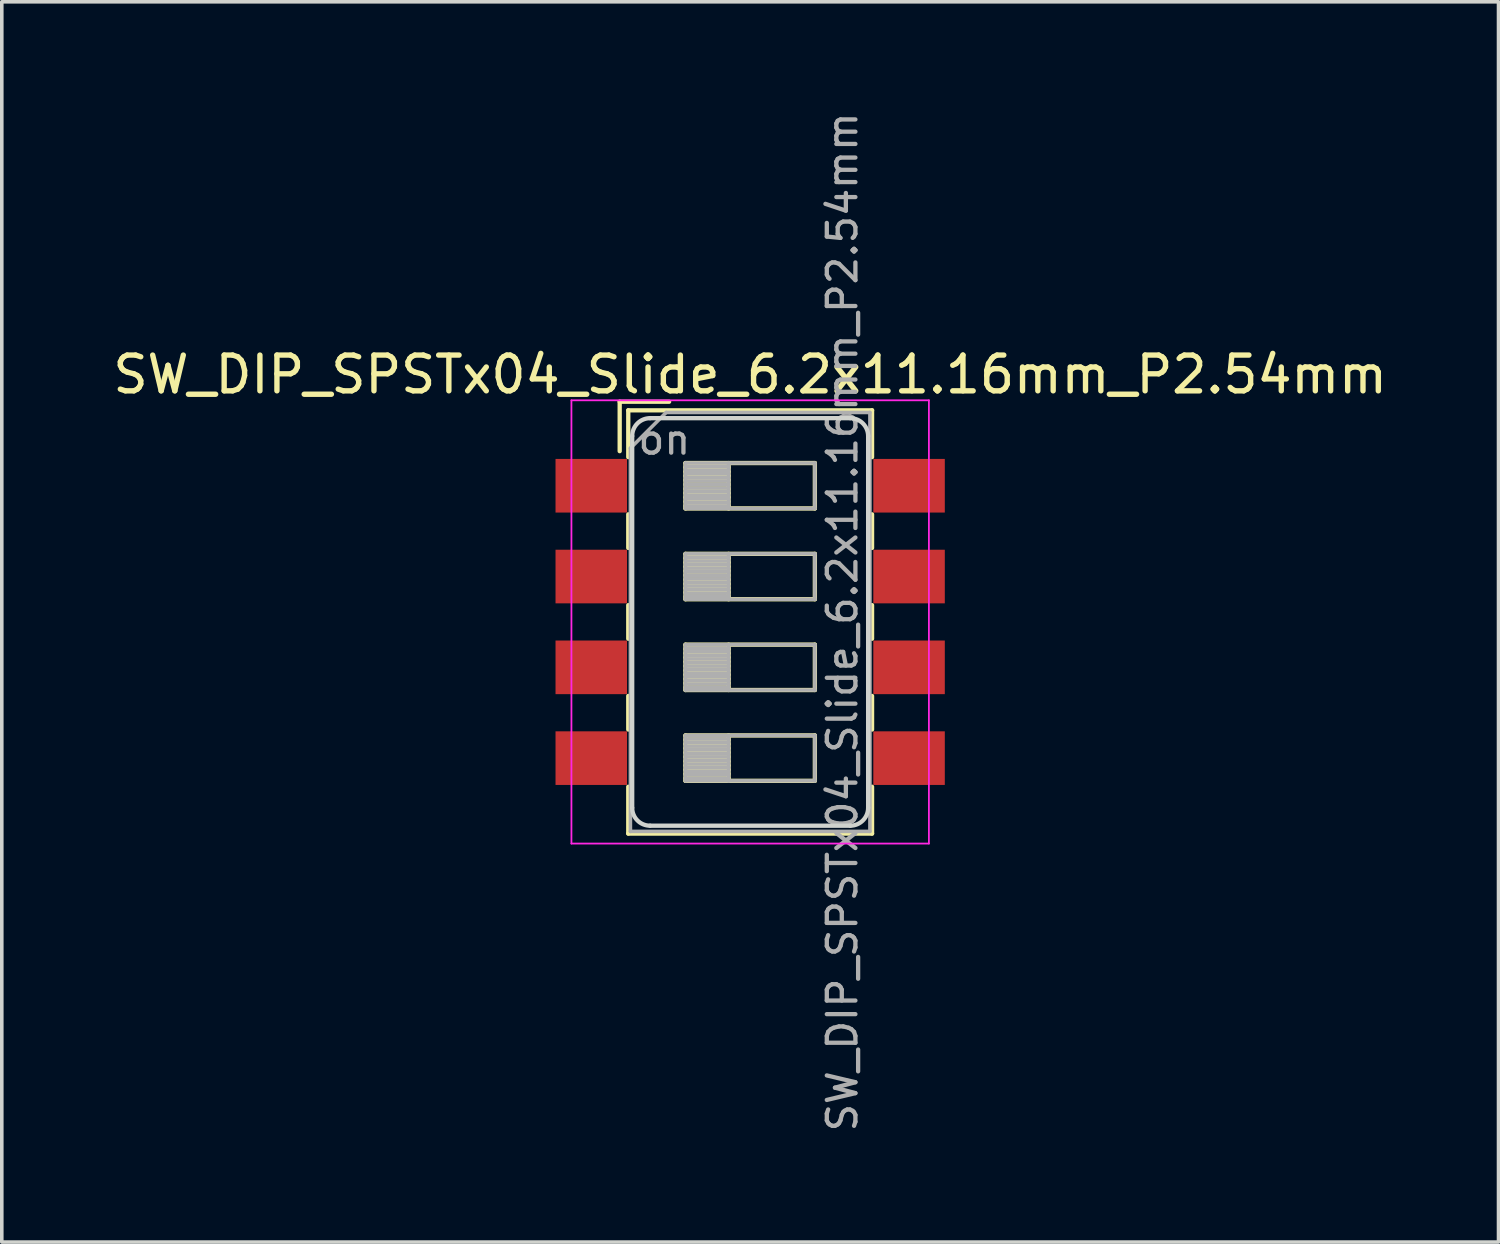
<source format=kicad_pcb>
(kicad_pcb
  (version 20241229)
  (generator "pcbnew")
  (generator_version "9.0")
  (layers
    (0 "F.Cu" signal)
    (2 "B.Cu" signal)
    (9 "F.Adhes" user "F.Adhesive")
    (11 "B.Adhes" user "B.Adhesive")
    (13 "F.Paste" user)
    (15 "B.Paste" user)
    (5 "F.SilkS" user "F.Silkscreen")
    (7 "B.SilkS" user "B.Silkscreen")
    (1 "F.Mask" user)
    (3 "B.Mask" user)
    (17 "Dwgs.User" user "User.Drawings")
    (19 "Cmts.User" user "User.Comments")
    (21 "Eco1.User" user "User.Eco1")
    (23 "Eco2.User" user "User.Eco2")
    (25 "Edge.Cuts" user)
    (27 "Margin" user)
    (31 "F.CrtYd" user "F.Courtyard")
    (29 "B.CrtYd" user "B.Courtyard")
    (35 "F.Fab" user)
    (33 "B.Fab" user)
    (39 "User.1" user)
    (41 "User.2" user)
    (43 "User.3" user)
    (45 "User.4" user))
  (footprint "SW_DIP_SPSTx04_Slide_6.2x11.16mm_P2.54mm"
    (layer "F.Cu")
    (at 17.935 14.348)
    (property "Reference" "SW_DIP_SPSTx04_Slide_6.2x11.16mm_P2.54mm" (at 0 -6.92 0) (layer "F.SilkS") (effects (font (size 1 1) (thickness 0.15))))
    (attr smd exclude_from_pos_files)
    (fp_line (start -3.65 -6.16) (end -3.65 -4.777) (stroke (width 0.12) (type solid)) (layer "F.SilkS"))
    (fp_line (start -3.65 -6.16) (end -2.267 -6.16) (stroke (width 0.12) (type solid)) (layer "F.SilkS"))
    (fp_line (start -3.41 -5.92) (end -3.41 -4.61) (stroke (width 0.12) (type solid)) (layer "F.SilkS"))
    (fp_line (start -3.41 -5.92) (end 3.41 -5.92) (stroke (width 0.12) (type solid)) (layer "F.SilkS"))
    (fp_line (start -3.41 -3.01) (end -3.41 -2.07) (stroke (width 0.12) (type solid)) (layer "F.SilkS"))
    (fp_line (start -3.41 -0.47) (end -3.41 0.47) (stroke (width 0.12) (type solid)) (layer "F.SilkS"))
    (fp_line (start -3.41 2.07) (end -3.41 3.01) (stroke (width 0.12) (type solid)) (layer "F.SilkS"))
    (fp_line (start -3.41 4.61) (end -3.41 5.92) (stroke (width 0.12) (type solid)) (layer "F.SilkS"))
    (fp_line (start -3.41 5.92) (end 3.41 5.92) (stroke (width 0.12) (type solid)) (layer "F.SilkS"))
    (fp_line (start -1.81 -4.445) (end -1.81 -3.175) (stroke (width 0.12) (type solid)) (layer "F.SilkS"))
    (fp_line (start -1.81 -4.325) (end -0.603 -4.325) (stroke (width 0.12) (type solid)) (layer "F.SilkS"))
    (fp_line (start -1.81 -4.205) (end -0.603 -4.205) (stroke (width 0.12) (type solid)) (layer "F.SilkS"))
    (fp_line (start -1.81 -4.085) (end -0.603 -4.085) (stroke (width 0.12) (type solid)) (layer "F.SilkS"))
    (fp_line (start -1.81 -3.965) (end -0.603 -3.965) (stroke (width 0.12) (type solid)) (layer "F.SilkS"))
    (fp_line (start -1.81 -3.845) (end -0.603 -3.845) (stroke (width 0.12) (type solid)) (layer "F.SilkS"))
    (fp_line (start -1.81 -3.725) (end -0.603 -3.725) (stroke (width 0.12) (type solid)) (layer "F.SilkS"))
    (fp_line (start -1.81 -3.605) (end -0.603 -3.605) (stroke (width 0.12) (type solid)) (layer "F.SilkS"))
    (fp_line (start -1.81 -3.485) (end -0.603 -3.485) (stroke (width 0.12) (type solid)) (layer "F.SilkS"))
    (fp_line (start -1.81 -3.365) (end -0.603 -3.365) (stroke (width 0.12) (type solid)) (layer "F.SilkS"))
    (fp_line (start -1.81 -3.245) (end -0.603 -3.245) (stroke (width 0.12) (type solid)) (layer "F.SilkS"))
    (fp_line (start -1.81 -3.175) (end 1.81 -3.175) (stroke (width 0.12) (type solid)) (layer "F.SilkS"))
    (fp_line (start -1.81 -1.905) (end -1.81 -0.635) (stroke (width 0.12) (type solid)) (layer "F.SilkS"))
    (fp_line (start -1.81 -1.785) (end -0.603 -1.785) (stroke (width 0.12) (type solid)) (layer "F.SilkS"))
    (fp_line (start -1.81 -1.665) (end -0.603 -1.665) (stroke (width 0.12) (type solid)) (layer "F.SilkS"))
    (fp_line (start -1.81 -1.545) (end -0.603 -1.545) (stroke (width 0.12) (type solid)) (layer "F.SilkS"))
    (fp_line (start -1.81 -1.425) (end -0.603 -1.425) (stroke (width 0.12) (type solid)) (layer "F.SilkS"))
    (fp_line (start -1.81 -1.305) (end -0.603 -1.305) (stroke (width 0.12) (type solid)) (layer "F.SilkS"))
    (fp_line (start -1.81 -1.185) (end -0.603 -1.185) (stroke (width 0.12) (type solid)) (layer "F.SilkS"))
    (fp_line (start -1.81 -1.065) (end -0.603 -1.065) (stroke (width 0.12) (type solid)) (layer "F.SilkS"))
    (fp_line (start -1.81 -0.945) (end -0.603 -0.945) (stroke (width 0.12) (type solid)) (layer "F.SilkS"))
    (fp_line (start -1.81 -0.825) (end -0.603 -0.825) (stroke (width 0.12) (type solid)) (layer "F.SilkS"))
    (fp_line (start -1.81 -0.705) (end -0.603 -0.705) (stroke (width 0.12) (type solid)) (layer "F.SilkS"))
    (fp_line (start -1.81 -0.635) (end 1.81 -0.635) (stroke (width 0.12) (type solid)) (layer "F.SilkS"))
    (fp_line (start -1.81 0.635) (end -1.81 1.905) (stroke (width 0.12) (type solid)) (layer "F.SilkS"))
    (fp_line (start -1.81 0.755) (end -0.603 0.755) (stroke (width 0.12) (type solid)) (layer "F.SilkS"))
    (fp_line (start -1.81 0.875) (end -0.603 0.875) (stroke (width 0.12) (type solid)) (layer "F.SilkS"))
    (fp_line (start -1.81 0.995) (end -0.603 0.995) (stroke (width 0.12) (type solid)) (layer "F.SilkS"))
    (fp_line (start -1.81 1.115) (end -0.603 1.115) (stroke (width 0.12) (type solid)) (layer "F.SilkS"))
    (fp_line (start -1.81 1.235) (end -0.603 1.235) (stroke (width 0.12) (type solid)) (layer "F.SilkS"))
    (fp_line (start -1.81 1.355) (end -0.603 1.355) (stroke (width 0.12) (type solid)) (layer "F.SilkS"))
    (fp_line (start -1.81 1.475) (end -0.603 1.475) (stroke (width 0.12) (type solid)) (layer "F.SilkS"))
    (fp_line (start -1.81 1.595) (end -0.603 1.595) (stroke (width 0.12) (type solid)) (layer "F.SilkS"))
    (fp_line (start -1.81 1.715) (end -0.603 1.715) (stroke (width 0.12) (type solid)) (layer "F.SilkS"))
    (fp_line (start -1.81 1.835) (end -0.603 1.835) (stroke (width 0.12) (type solid)) (layer "F.SilkS"))
    (fp_line (start -1.81 1.905) (end 1.81 1.905) (stroke (width 0.12) (type solid)) (layer "F.SilkS"))
    (fp_line (start -1.81 3.175) (end -1.81 4.445) (stroke (width 0.12) (type solid)) (layer "F.SilkS"))
    (fp_line (start -1.81 3.295) (end -0.603 3.295) (stroke (width 0.12) (type solid)) (layer "F.SilkS"))
    (fp_line (start -1.81 3.415) (end -0.603 3.415) (stroke (width 0.12) (type solid)) (layer "F.SilkS"))
    (fp_line (start -1.81 3.535) (end -0.603 3.535) (stroke (width 0.12) (type solid)) (layer "F.SilkS"))
    (fp_line (start -1.81 3.655) (end -0.603 3.655) (stroke (width 0.12) (type solid)) (layer "F.SilkS"))
    (fp_line (start -1.81 3.775) (end -0.603 3.775) (stroke (width 0.12) (type solid)) (layer "F.SilkS"))
    (fp_line (start -1.81 3.895) (end -0.603 3.895) (stroke (width 0.12) (type solid)) (layer "F.SilkS"))
    (fp_line (start -1.81 4.015) (end -0.603 4.015) (stroke (width 0.12) (type solid)) (layer "F.SilkS"))
    (fp_line (start -1.81 4.135) (end -0.603 4.135) (stroke (width 0.12) (type solid)) (layer "F.SilkS"))
    (fp_line (start -1.81 4.255) (end -0.603 4.255) (stroke (width 0.12) (type solid)) (layer "F.SilkS"))
    (fp_line (start -1.81 4.375) (end -0.603 4.375) (stroke (width 0.12) (type solid)) (layer "F.SilkS"))
    (fp_line (start -1.81 4.445) (end 1.81 4.445) (stroke (width 0.12) (type solid)) (layer "F.SilkS"))
    (fp_line (start -0.603 -4.445) (end -0.603 -3.175) (stroke (width 0.12) (type solid)) (layer "F.SilkS"))
    (fp_line (start -0.603 -1.905) (end -0.603 -0.635) (stroke (width 0.12) (type solid)) (layer "F.SilkS"))
    (fp_line (start -0.603 0.635) (end -0.603 1.905) (stroke (width 0.12) (type solid)) (layer "F.SilkS"))
    (fp_line (start -0.603 3.175) (end -0.603 4.445) (stroke (width 0.12) (type solid)) (layer "F.SilkS"))
    (fp_line (start 1.81 -4.445) (end -1.81 -4.445) (stroke (width 0.12) (type solid)) (layer "F.SilkS"))
    (fp_line (start 1.81 -3.175) (end 1.81 -4.445) (stroke (width 0.12) (type solid)) (layer "F.SilkS"))
    (fp_line (start 1.81 -1.905) (end -1.81 -1.905) (stroke (width 0.12) (type solid)) (layer "F.SilkS"))
    (fp_line (start 1.81 -0.635) (end 1.81 -1.905) (stroke (width 0.12) (type solid)) (layer "F.SilkS"))
    (fp_line (start 1.81 0.635) (end -1.81 0.635) (stroke (width 0.12) (type solid)) (layer "F.SilkS"))
    (fp_line (start 1.81 1.905) (end 1.81 0.635) (stroke (width 0.12) (type solid)) (layer "F.SilkS"))
    (fp_line (start 1.81 3.175) (end -1.81 3.175) (stroke (width 0.12) (type solid)) (layer "F.SilkS"))
    (fp_line (start 1.81 4.445) (end 1.81 3.175) (stroke (width 0.12) (type solid)) (layer "F.SilkS"))
    (fp_line (start 3.41 -5.92) (end 3.41 -4.61) (stroke (width 0.12) (type solid)) (layer "F.SilkS"))
    (fp_line (start 3.41 -3.01) (end 3.41 -2.07) (stroke (width 0.12) (type solid)) (layer "F.SilkS"))
    (fp_line (start 3.41 -0.47) (end 3.41 0.47) (stroke (width 0.12) (type solid)) (layer "F.SilkS"))
    (fp_line (start 3.41 2.07) (end 3.41 3.01) (stroke (width 0.12) (type solid)) (layer "F.SilkS"))
    (fp_line (start 3.41 4.61) (end 3.41 5.92) (stroke (width 0.12) (type solid)) (layer "F.SilkS"))
    (fp_line (start -3.3 5.2) (end -3.3 -5.2) (stroke (width 0.12) (type solid)) (layer "Edge.Cuts"))
    (fp_line (start -2.8 -5.7) (end 2.8 -5.7) (stroke (width 0.12) (type solid)) (layer "Edge.Cuts"))
    (fp_line (start 2.8 5.7) (end -2.8 5.7) (stroke (width 0.12) (type solid)) (layer "Edge.Cuts"))
    (fp_line (start 3.3 -5.2) (end 3.3 5.2) (stroke (width 0.12) (type solid)) (layer "Edge.Cuts"))
    (fp_arc (start -3.3 -5.2) (mid -3.153553 -5.553553) (end -2.8 -5.7) (stroke (width 0.12) (type solid)) (layer "Edge.Cuts"))
    (fp_arc (start -2.8 5.7) (mid -3.153553 5.553553) (end -3.3 5.2) (stroke (width 0.12) (type solid)) (layer "Edge.Cuts"))
    (fp_arc (start 2.8 -5.7) (mid 3.153553 -5.553553) (end 3.3 -5.2) (stroke (width 0.12) (type solid)) (layer "Edge.Cuts"))
    (fp_arc (start 3.3 5.2) (mid 3.153553 5.553553) (end 2.8 5.7) (stroke (width 0.12) (type solid)) (layer "Edge.Cuts"))
    (fp_line (start -5 -6.2) (end -5 6.2) (stroke (width 0.05) (type solid)) (layer "F.CrtYd"))
    (fp_line (start -5 6.2) (end 5 6.2) (stroke (width 0.05) (type solid)) (layer "F.CrtYd"))
    (fp_line (start 5 -6.2) (end -5 -6.2) (stroke (width 0.05) (type solid)) (layer "F.CrtYd"))
    (fp_line (start 5 6.2) (end 5 -6.2) (stroke (width 0.05) (type solid)) (layer "F.CrtYd"))
    (fp_line (start -3.35 -4.86) (end -2.35 -5.86) (stroke (width 0.1) (type solid)) (layer "F.Fab"))
    (fp_line (start -3.35 5.86) (end -3.35 -4.86) (stroke (width 0.1) (type solid)) (layer "F.Fab"))
    (fp_line (start -2.35 -5.86) (end 3.35 -5.86) (stroke (width 0.1) (type solid)) (layer "F.Fab"))
    (fp_line (start -1.81 -4.445) (end -1.81 -3.175) (stroke (width 0.1) (type solid)) (layer "F.Fab"))
    (fp_line (start -1.81 -4.345) (end -0.603 -4.345) (stroke (width 0.1) (type solid)) (layer "F.Fab"))
    (fp_line (start -1.81 -4.245) (end -0.603 -4.245) (stroke (width 0.1) (type solid)) (layer "F.Fab"))
    (fp_line (start -1.81 -4.145) (end -0.603 -4.145) (stroke (width 0.1) (type solid)) (layer "F.Fab"))
    (fp_line (start -1.81 -4.045) (end -0.603 -4.045) (stroke (width 0.1) (type solid)) (layer "F.Fab"))
    (fp_line (start -1.81 -3.945) (end -0.603 -3.945) (stroke (width 0.1) (type solid)) (layer "F.Fab"))
    (fp_line (start -1.81 -3.845) (end -0.603 -3.845) (stroke (width 0.1) (type solid)) (layer "F.Fab"))
    (fp_line (start -1.81 -3.745) (end -0.603 -3.745) (stroke (width 0.1) (type solid)) (layer "F.Fab"))
    (fp_line (start -1.81 -3.645) (end -0.603 -3.645) (stroke (width 0.1) (type solid)) (layer "F.Fab"))
    (fp_line (start -1.81 -3.545) (end -0.603 -3.545) (stroke (width 0.1) (type solid)) (layer "F.Fab"))
    (fp_line (start -1.81 -3.445) (end -0.603 -3.445) (stroke (width 0.1) (type solid)) (layer "F.Fab"))
    (fp_line (start -1.81 -3.345) (end -0.603 -3.345) (stroke (width 0.1) (type solid)) (layer "F.Fab"))
    (fp_line (start -1.81 -3.245) (end -0.603 -3.245) (stroke (width 0.1) (type solid)) (layer "F.Fab"))
    (fp_line (start -1.81 -3.175) (end 1.81 -3.175) (stroke (width 0.1) (type solid)) (layer "F.Fab"))
    (fp_line (start -1.81 -1.905) (end -1.81 -0.635) (stroke (width 0.1) (type solid)) (layer "F.Fab"))
    (fp_line (start -1.81 -1.805) (end -0.603 -1.805) (stroke (width 0.1) (type solid)) (layer "F.Fab"))
    (fp_line (start -1.81 -1.705) (end -0.603 -1.705) (stroke (width 0.1) (type solid)) (layer "F.Fab"))
    (fp_line (start -1.81 -1.605) (end -0.603 -1.605) (stroke (width 0.1) (type solid)) (layer "F.Fab"))
    (fp_line (start -1.81 -1.505) (end -0.603 -1.505) (stroke (width 0.1) (type solid)) (layer "F.Fab"))
    (fp_line (start -1.81 -1.405) (end -0.603 -1.405) (stroke (width 0.1) (type solid)) (layer "F.Fab"))
    (fp_line (start -1.81 -1.305) (end -0.603 -1.305) (stroke (width 0.1) (type solid)) (layer "F.Fab"))
    (fp_line (start -1.81 -1.205) (end -0.603 -1.205) (stroke (width 0.1) (type solid)) (layer "F.Fab"))
    (fp_line (start -1.81 -1.105) (end -0.603 -1.105) (stroke (width 0.1) (type solid)) (layer "F.Fab"))
    (fp_line (start -1.81 -1.005) (end -0.603 -1.005) (stroke (width 0.1) (type solid)) (layer "F.Fab"))
    (fp_line (start -1.81 -0.905) (end -0.603 -0.905) (stroke (width 0.1) (type solid)) (layer "F.Fab"))
    (fp_line (start -1.81 -0.805) (end -0.603 -0.805) (stroke (width 0.1) (type solid)) (layer "F.Fab"))
    (fp_line (start -1.81 -0.705) (end -0.603 -0.705) (stroke (width 0.1) (type solid)) (layer "F.Fab"))
    (fp_line (start -1.81 -0.635) (end 1.81 -0.635) (stroke (width 0.1) (type solid)) (layer "F.Fab"))
    (fp_line (start -1.81 0.635) (end -1.81 1.905) (stroke (width 0.1) (type solid)) (layer "F.Fab"))
    (fp_line (start -1.81 0.735) (end -0.603 0.735) (stroke (width 0.1) (type solid)) (layer "F.Fab"))
    (fp_line (start -1.81 0.835) (end -0.603 0.835) (stroke (width 0.1) (type solid)) (layer "F.Fab"))
    (fp_line (start -1.81 0.935) (end -0.603 0.935) (stroke (width 0.1) (type solid)) (layer "F.Fab"))
    (fp_line (start -1.81 1.035) (end -0.603 1.035) (stroke (width 0.1) (type solid)) (layer "F.Fab"))
    (fp_line (start -1.81 1.135) (end -0.603 1.135) (stroke (width 0.1) (type solid)) (layer "F.Fab"))
    (fp_line (start -1.81 1.235) (end -0.603 1.235) (stroke (width 0.1) (type solid)) (layer "F.Fab"))
    (fp_line (start -1.81 1.335) (end -0.603 1.335) (stroke (width 0.1) (type solid)) (layer "F.Fab"))
    (fp_line (start -1.81 1.435) (end -0.603 1.435) (stroke (width 0.1) (type solid)) (layer "F.Fab"))
    (fp_line (start -1.81 1.535) (end -0.603 1.535) (stroke (width 0.1) (type solid)) (layer "F.Fab"))
    (fp_line (start -1.81 1.635) (end -0.603 1.635) (stroke (width 0.1) (type solid)) (layer "F.Fab"))
    (fp_line (start -1.81 1.735) (end -0.603 1.735) (stroke (width 0.1) (type solid)) (layer "F.Fab"))
    (fp_line (start -1.81 1.835) (end -0.603 1.835) (stroke (width 0.1) (type solid)) (layer "F.Fab"))
    (fp_line (start -1.81 1.905) (end 1.81 1.905) (stroke (width 0.1) (type solid)) (layer "F.Fab"))
    (fp_line (start -1.81 3.175) (end -1.81 4.445) (stroke (width 0.1) (type solid)) (layer "F.Fab"))
    (fp_line (start -1.81 3.275) (end -0.603 3.275) (stroke (width 0.1) (type solid)) (layer "F.Fab"))
    (fp_line (start -1.81 3.375) (end -0.603 3.375) (stroke (width 0.1) (type solid)) (layer "F.Fab"))
    (fp_line (start -1.81 3.475) (end -0.603 3.475) (stroke (width 0.1) (type solid)) (layer "F.Fab"))
    (fp_line (start -1.81 3.575) (end -0.603 3.575) (stroke (width 0.1) (type solid)) (layer "F.Fab"))
    (fp_line (start -1.81 3.675) (end -0.603 3.675) (stroke (width 0.1) (type solid)) (layer "F.Fab"))
    (fp_line (start -1.81 3.775) (end -0.603 3.775) (stroke (width 0.1) (type solid)) (layer "F.Fab"))
    (fp_line (start -1.81 3.875) (end -0.603 3.875) (stroke (width 0.1) (type solid)) (layer "F.Fab"))
    (fp_line (start -1.81 3.975) (end -0.603 3.975) (stroke (width 0.1) (type solid)) (layer "F.Fab"))
    (fp_line (start -1.81 4.075) (end -0.603 4.075) (stroke (width 0.1) (type solid)) (layer "F.Fab"))
    (fp_line (start -1.81 4.175) (end -0.603 4.175) (stroke (width 0.1) (type solid)) (layer "F.Fab"))
    (fp_line (start -1.81 4.275) (end -0.603 4.275) (stroke (width 0.1) (type solid)) (layer "F.Fab"))
    (fp_line (start -1.81 4.375) (end -0.603 4.375) (stroke (width 0.1) (type solid)) (layer "F.Fab"))
    (fp_line (start -1.81 4.445) (end 1.81 4.445) (stroke (width 0.1) (type solid)) (layer "F.Fab"))
    (fp_line (start -0.603 -4.445) (end -0.603 -3.175) (stroke (width 0.1) (type solid)) (layer "F.Fab"))
    (fp_line (start -0.603 -1.905) (end -0.603 -0.635) (stroke (width 0.1) (type solid)) (layer "F.Fab"))
    (fp_line (start -0.603 0.635) (end -0.603 1.905) (stroke (width 0.1) (type solid)) (layer "F.Fab"))
    (fp_line (start -0.603 3.175) (end -0.603 4.445) (stroke (width 0.1) (type solid)) (layer "F.Fab"))
    (fp_line (start 1.81 -4.445) (end -1.81 -4.445) (stroke (width 0.1) (type solid)) (layer "F.Fab"))
    (fp_line (start 1.81 -3.175) (end 1.81 -4.445) (stroke (width 0.1) (type solid)) (layer "F.Fab"))
    (fp_line (start 1.81 -1.905) (end -1.81 -1.905) (stroke (width 0.1) (type solid)) (layer "F.Fab"))
    (fp_line (start 1.81 -0.635) (end 1.81 -1.905) (stroke (width 0.1) (type solid)) (layer "F.Fab"))
    (fp_line (start 1.81 0.635) (end -1.81 0.635) (stroke (width 0.1) (type solid)) (layer "F.Fab"))
    (fp_line (start 1.81 1.905) (end 1.81 0.635) (stroke (width 0.1) (type solid)) (layer "F.Fab"))
    (fp_line (start 1.81 3.175) (end -1.81 3.175) (stroke (width 0.1) (type solid)) (layer "F.Fab"))
    (fp_line (start 1.81 4.445) (end 1.81 3.175) (stroke (width 0.1) (type solid)) (layer "F.Fab"))
    (fp_line (start 3.35 -5.86) (end 3.35 5.86) (stroke (width 0.1) (type solid)) (layer "F.Fab"))
    (fp_line (start 3.35 5.86) (end -3.35 5.86) (stroke (width 0.1) (type solid)) (layer "F.Fab"))
    (fp_text user "on" (at -2.4 -5.1 0) (layer "F.Fab") (effects (font (size 0.8 0.8) (thickness 0.12))))
    (fp_text user "${REFERENCE}" (at 2.58 0 90) (layer "F.Fab") (effects (font (size 0.8 0.8) (thickness 0.12))))
    (pad "1" smd rect (at -4.445 -3.81) (size 2 1.5) (layers "F.Cu" "F.Mask" "F.Paste"))
    (pad "2" smd rect (at -4.445 -1.27) (size 2 1.5) (layers "F.Cu" "F.Mask" "F.Paste"))
    (pad "3" smd rect (at -4.445 1.27) (size 2 1.5) (layers "F.Cu" "F.Mask" "F.Paste"))
    (pad "4" smd rect (at -4.445 3.81) (size 2 1.5) (layers "F.Cu" "F.Mask" "F.Paste"))
    (pad "5" smd rect (at 4.445 3.81) (size 2 1.5) (layers "F.Cu" "F.Mask" "F.Paste"))
    (pad "6" smd rect (at 4.445 1.27) (size 2 1.5) (layers "F.Cu" "F.Mask" "F.Paste"))
    (pad "7" smd rect (at 4.445 -1.27) (size 2 1.5) (layers "F.Cu" "F.Mask" "F.Paste"))
    (pad "8" smd rect (at 4.445 -3.81) (size 2 1.5) (layers "F.Cu" "F.Mask" "F.Paste")))
  (gr_rect
    (start -3 -3)
    (end 38.869 31.695)
    (stroke (width 0.1) (type default))
    (fill no)
    (layer "Edge.Cuts")))
</source>
